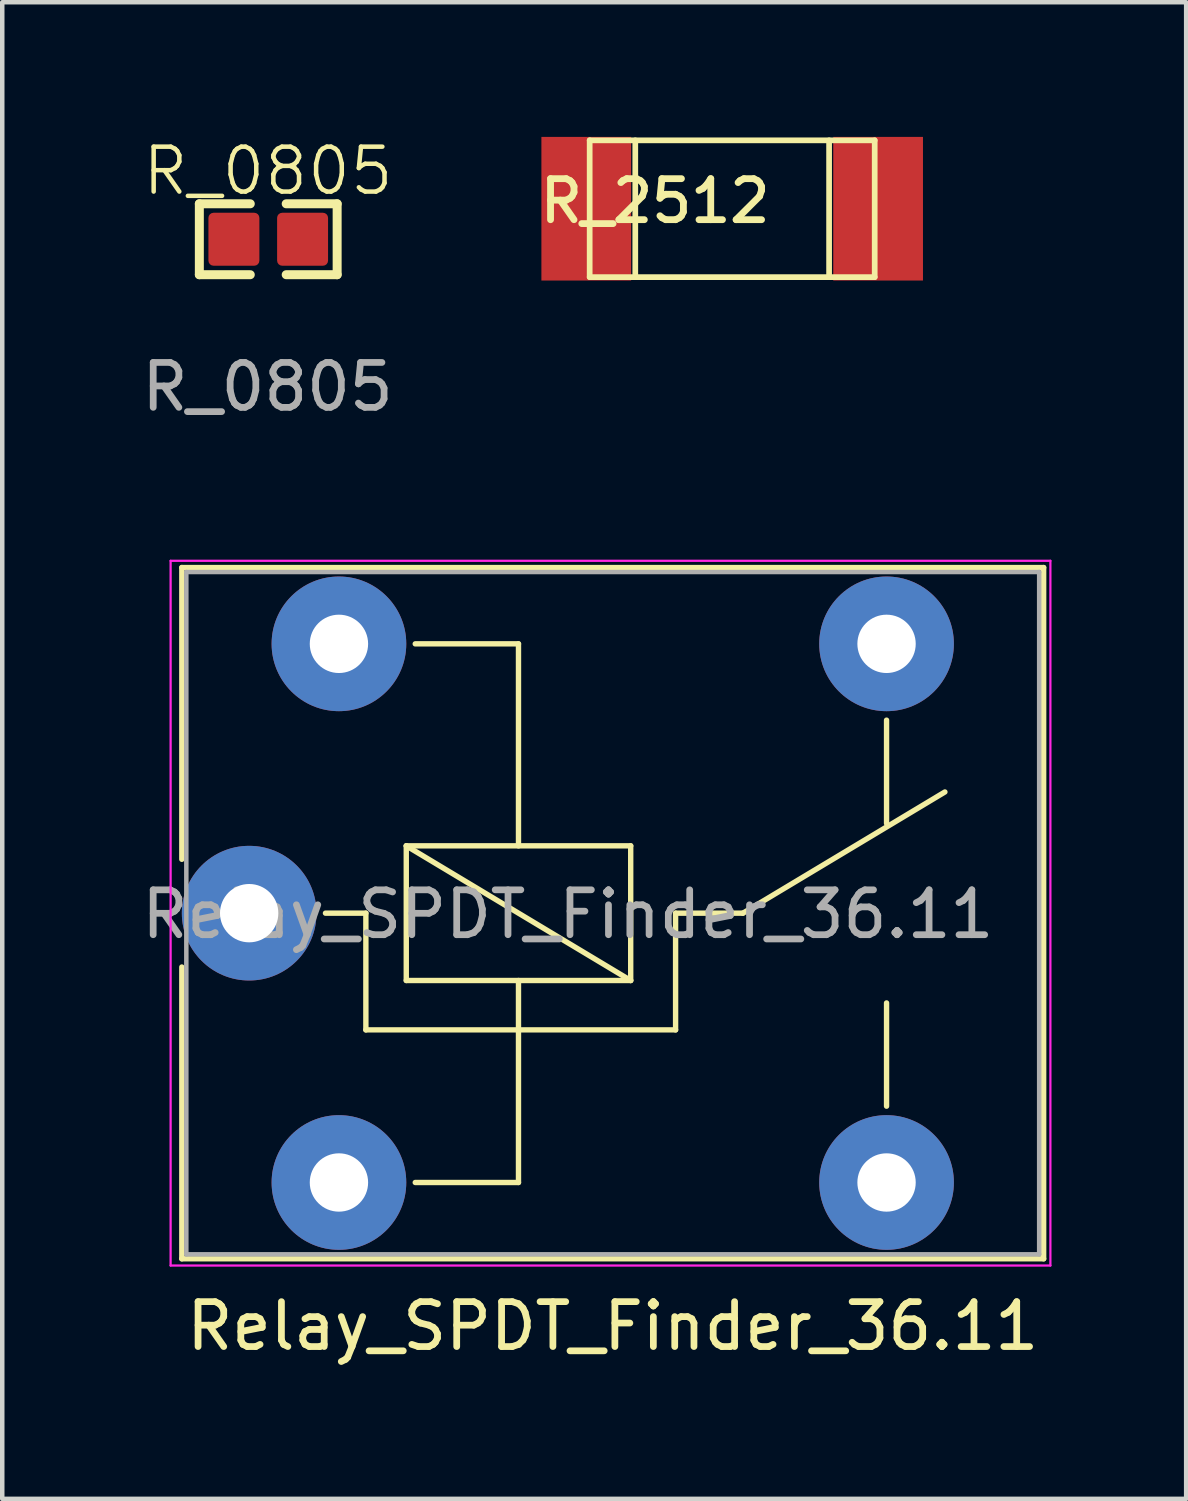
<source format=kicad_pcb>
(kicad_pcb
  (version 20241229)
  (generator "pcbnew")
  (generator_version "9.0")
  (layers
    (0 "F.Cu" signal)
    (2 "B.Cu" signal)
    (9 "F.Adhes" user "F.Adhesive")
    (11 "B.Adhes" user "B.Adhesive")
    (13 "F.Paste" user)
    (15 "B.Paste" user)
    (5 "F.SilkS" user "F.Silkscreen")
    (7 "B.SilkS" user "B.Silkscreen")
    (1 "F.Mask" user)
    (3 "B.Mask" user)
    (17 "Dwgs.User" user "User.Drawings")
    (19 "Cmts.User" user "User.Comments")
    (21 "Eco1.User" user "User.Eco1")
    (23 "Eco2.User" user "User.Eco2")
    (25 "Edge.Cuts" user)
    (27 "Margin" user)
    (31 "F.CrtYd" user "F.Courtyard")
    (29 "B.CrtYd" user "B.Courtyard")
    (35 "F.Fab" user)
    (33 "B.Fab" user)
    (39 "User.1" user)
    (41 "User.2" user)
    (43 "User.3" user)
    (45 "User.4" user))
  (footprint "R_2512"
    (layer "F.Cu")
    (at 13.262 1.6)
    (property "Reference" "R_2512" (at 0.928 0.364 0) (layer "F.SilkS") (effects (font (size 0.914 0.914) (thickness 0.152)) (justify right bottom)))
    (fp_line (start -3.175 -1.524) (end -3.175 1.524) (stroke (width 0.127) (type default)) (layer "F.SilkS"))
    (fp_line (start -3.175 1.524) (end 3.175 1.524) (stroke (width 0.127) (type default)) (layer "F.SilkS"))
    (fp_line (start -2.159 1.524) (end -2.159 -1.524) (stroke (width 0.127) (type default)) (layer "F.SilkS"))
    (fp_line (start 2.159 1.524) (end 2.159 -1.524) (stroke (width 0.127) (type default)) (layer "F.SilkS"))
    (fp_line (start 3.175 -1.524) (end -3.175 -1.524) (stroke (width 0.127) (type default)) (layer "F.SilkS"))
    (fp_line (start 3.175 1.524) (end 3.175 -1.524) (stroke (width 0.127) (type default)) (layer "F.SilkS"))
    (pad "1" smd rect (at -3.251 0 180) (size 1.999 3.2) (layers "F.Cu" "F.Mask" "F.Paste"))
    (pad "2" smd rect (at 3.251 0 180) (size 1.999 3.2) (layers "F.Cu" "F.Mask" "F.Paste")))
  (footprint "Relay_SPDT_Finder_36.11"
    (layer "F.Cu")
    (at 2.501 17.294)
    (property "Reference" "Relay_SPDT_Finder_36.11" (at 8.1 9.2 0) (layer "F.SilkS") (effects (font (size 1 1) (thickness 0.15))))
    (attr through_hole)
    (fp_line (start -1.5 -7.7) (end -1.5 -1.2) (stroke (width 0.12) (type solid)) (layer "F.SilkS"))
    (fp_line (start -1.5 -7.7) (end 17.7 -7.7) (stroke (width 0.12) (type solid)) (layer "F.SilkS"))
    (fp_line (start -1.5 1.2) (end -1.5 7.7) (stroke (width 0.12) (type solid)) (layer "F.SilkS"))
    (fp_line (start 2.6 0) (end 1.7 0) (stroke (width 0.12) (type solid)) (layer "F.SilkS"))
    (fp_line (start 2.6 0) (end 2.6 2.6) (stroke (width 0.12) (type solid)) (layer "F.SilkS"))
    (fp_line (start 3.5 -1.5) (end 8.5 -1.5) (stroke (width 0.12) (type solid)) (layer "F.SilkS"))
    (fp_line (start 3.5 1.5) (end 3.5 -1.5) (stroke (width 0.12) (type solid)) (layer "F.SilkS"))
    (fp_line (start 3.7 6) (end 6 6) (stroke (width 0.12) (type solid)) (layer "F.SilkS"))
    (fp_line (start 6 -6) (end 3.7 -6) (stroke (width 0.12) (type solid)) (layer "F.SilkS"))
    (fp_line (start 6 -6) (end 6 -1.5) (stroke (width 0.12) (type solid)) (layer "F.SilkS"))
    (fp_line (start 6 1.5) (end 6 6) (stroke (width 0.12) (type solid)) (layer "F.SilkS"))
    (fp_line (start 8.5 -1.5) (end 8.5 1.5) (stroke (width 0.12) (type solid)) (layer "F.SilkS"))
    (fp_line (start 8.5 1.5) (end 3.5 -1.5) (stroke (width 0.12) (type solid)) (layer "F.SilkS"))
    (fp_line (start 8.5 1.5) (end 3.5 1.5) (stroke (width 0.12) (type solid)) (layer "F.SilkS"))
    (fp_line (start 9.5 0) (end 9.5 2.6) (stroke (width 0.12) (type solid)) (layer "F.SilkS"))
    (fp_line (start 9.5 0) (end 11 0) (stroke (width 0.12) (type solid)) (layer "F.SilkS"))
    (fp_line (start 9.5 2.6) (end 2.6 2.6) (stroke (width 0.12) (type solid)) (layer "F.SilkS"))
    (fp_line (start 11 0) (end 15.5 -2.7) (stroke (width 0.12) (type solid)) (layer "F.SilkS"))
    (fp_line (start 14.2 -4.3) (end 14.2 -2) (stroke (width 0.12) (type solid)) (layer "F.SilkS"))
    (fp_line (start 14.2 4.3) (end 14.2 2) (stroke (width 0.12) (type solid)) (layer "F.SilkS"))
    (fp_line (start 17.7 -7.7) (end 17.7 7.7) (stroke (width 0.12) (type solid)) (layer "F.SilkS"))
    (fp_line (start 17.7 7.7) (end -1.5 7.7) (stroke (width 0.12) (type solid)) (layer "F.SilkS"))
    (fp_line (start -1.75 7.85) (end -1.75 -7.85) (stroke (width 0.05) (type solid)) (layer "F.CrtYd"))
    (fp_line (start -1.75 7.85) (end 17.85 7.85) (stroke (width 0.05) (type solid)) (layer "F.CrtYd"))
    (fp_line (start 17.85 -7.85) (end -1.75 -7.85) (stroke (width 0.05) (type solid)) (layer "F.CrtYd"))
    (fp_line (start 17.85 -7.85) (end 17.85 7.85) (stroke (width 0.05) (type solid)) (layer "F.CrtYd"))
    (fp_line (start -1.4 -7.6) (end 17.6 -7.6) (stroke (width 0.1) (type solid)) (layer "F.Fab"))
    (fp_line (start -1.4 7.6) (end -1.4 -7.6) (stroke (width 0.1) (type solid)) (layer "F.Fab"))
    (fp_line (start 17.6 -7.6) (end 17.6 7.6) (stroke (width 0.1) (type solid)) (layer "F.Fab"))
    (fp_line (start 17.6 7.6) (end -1.4 7.6) (stroke (width 0.1) (type solid)) (layer "F.Fab"))
    (fp_text user "${REFERENCE}" (at 7.1 0.025 0) (layer "F.Fab") (effects (font (size 1 1) (thickness 0.15))))
    (pad "11" thru_hole circle (at 0 0) (size 3 3) (drill 1.3) (layers "*.Cu" "*.Mask"))
    (pad "12" thru_hole circle (at 14.2 -6) (size 3 3) (drill 1.3) (layers "*.Cu" "*.Mask"))
    (pad "14" thru_hole circle (at 14.2 6) (size 3 3) (drill 1.3) (layers "*.Cu" "*.Mask"))
    (pad "A1" thru_hole circle (at 2 6) (size 3 3) (drill 1.3) (layers "*.Cu" "*.Mask"))
    (pad "A2" thru_hole circle (at 2 -6) (size 3 3) (drill 1.3) (layers "*.Cu" "*.Mask")))
  (footprint "R_0805"
    (layer "F.Cu")
    (at 2.921 2.26)
    (property "Reference" "R_0805" (at 0 -1.5 0) (unlocked yes) (layer "F.SilkS") (effects (font (size 1 1) (thickness 0.1))))
    (attr smd)
    (fp_line (start -1.53 0.81) (end -1.53 -0.77) (stroke (width 0.2) (type solid)) (layer "F.SilkS"))
    (fp_line (start -0.395 -0.77) (end -1.53 -0.77) (stroke (width 0.2) (type solid)) (layer "F.SilkS"))
    (fp_line (start -0.395 0.81) (end -1.53 0.81) (stroke (width 0.2) (type solid)) (layer "F.SilkS"))
    (fp_line (start 1.54 -0.77) (end 0.405 -0.77) (stroke (width 0.2) (type solid)) (layer "F.SilkS"))
    (fp_line (start 1.54 0.81) (end 0.405 0.81) (stroke (width 0.2) (type solid)) (layer "F.SilkS"))
    (fp_line (start 1.54 0.81) (end 1.54 -0.77) (stroke (width 0.2) (type solid)) (layer "F.SilkS"))
    (fp_text user "${REFERENCE}" (at -0.01 3.31 0) (unlocked yes) (layer "F.Fab") (effects (font (size 1 1) (thickness 0.15))))
    (pad "1" smd roundrect (at -0.76 0.02) (size 1.135 1.18) (layers "F.Cu" "F.Mask" "F.Paste") (roundrect_rratio 0.1))
    (pad "2" smd roundrect (at 0.77 0.02) (size 1.135 1.18) (layers "F.Cu" "F.Mask" "F.Paste") (roundrect_rratio 0.1)))
  (gr_rect
    (start -3 -3)
    (end 23.376 30.342)
    (stroke (width 0.1) (type default))
    (fill no)
    (layer "Edge.Cuts")))
</source>
